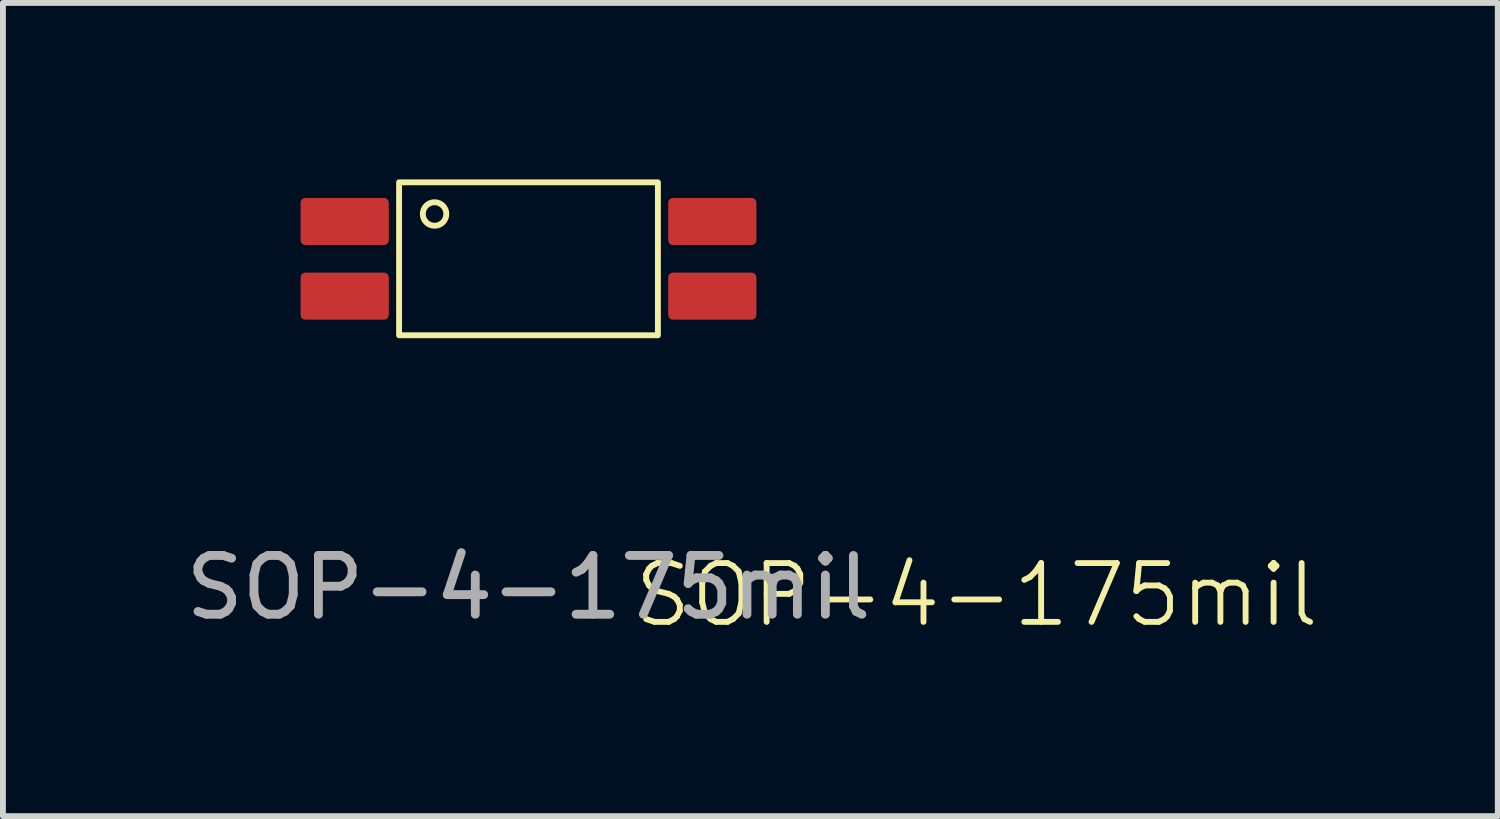
<source format=kicad_pcb>
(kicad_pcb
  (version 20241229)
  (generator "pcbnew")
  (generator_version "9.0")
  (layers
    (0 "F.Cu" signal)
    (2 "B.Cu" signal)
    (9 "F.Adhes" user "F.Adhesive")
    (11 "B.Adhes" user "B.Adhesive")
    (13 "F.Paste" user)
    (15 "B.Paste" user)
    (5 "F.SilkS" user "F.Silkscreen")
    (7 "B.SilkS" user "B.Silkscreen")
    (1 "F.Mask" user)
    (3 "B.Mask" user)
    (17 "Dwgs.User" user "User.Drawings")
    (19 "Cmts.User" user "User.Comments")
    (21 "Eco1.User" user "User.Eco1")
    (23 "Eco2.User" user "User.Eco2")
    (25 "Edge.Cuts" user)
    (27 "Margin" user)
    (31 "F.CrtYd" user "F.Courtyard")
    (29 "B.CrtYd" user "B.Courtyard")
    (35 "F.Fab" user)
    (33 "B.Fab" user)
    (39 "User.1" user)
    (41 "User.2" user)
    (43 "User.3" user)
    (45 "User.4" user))
  (footprint "SOP-4-175mil"
    (layer "F.Cu")
    (at 5.935 1.35)
    (property "Reference" "SOP-4-175mil" (at 7.62 5.715 0) (unlocked yes) (layer "F.SilkS") (effects (font (size 1 1) (thickness 0.1))))
    (attr smd)
    (fp_rect (start -2.2 -1.3) (end 2.2 1.3) (stroke (width 0.1) (type default)) (fill no) (layer "F.SilkS"))
    (fp_circle (center -1.597 -0.762) (end -1.397 -0.762) (stroke (width 0.1) (type default)) (fill no) (layer "F.SilkS"))
    (fp_text user "${REFERENCE}" (at 0 5.588 0) (unlocked yes) (layer "F.Fab") (effects (font (size 1 1) (thickness 0.15))))
    (pad "1" smd roundrect (at -3.125 -0.635) (size 1.5 0.8) (layers "F.Cu" "F.Mask" "F.Paste") (roundrect_rratio 0.1))
    (pad "2" smd roundrect (at -3.125 0.635) (size 1.5 0.8) (layers "F.Cu" "F.Mask" "F.Paste") (roundrect_rratio 0.1))
    (pad "3" smd roundrect (at 3.125 0.635) (size 1.5 0.8) (layers "F.Cu" "F.Mask" "F.Paste") (roundrect_rratio 0.1))
    (pad "4" smd roundrect (at 3.125 -0.635) (size 1.5 0.8) (layers "F.Cu" "F.Mask" "F.Paste") (roundrect_rratio 0.1)))
  (gr_rect
    (start -3 -3)
    (end 22.414 10.825)
    (stroke (width 0.1) (type default))
    (fill no)
    (layer "Edge.Cuts")))
</source>
